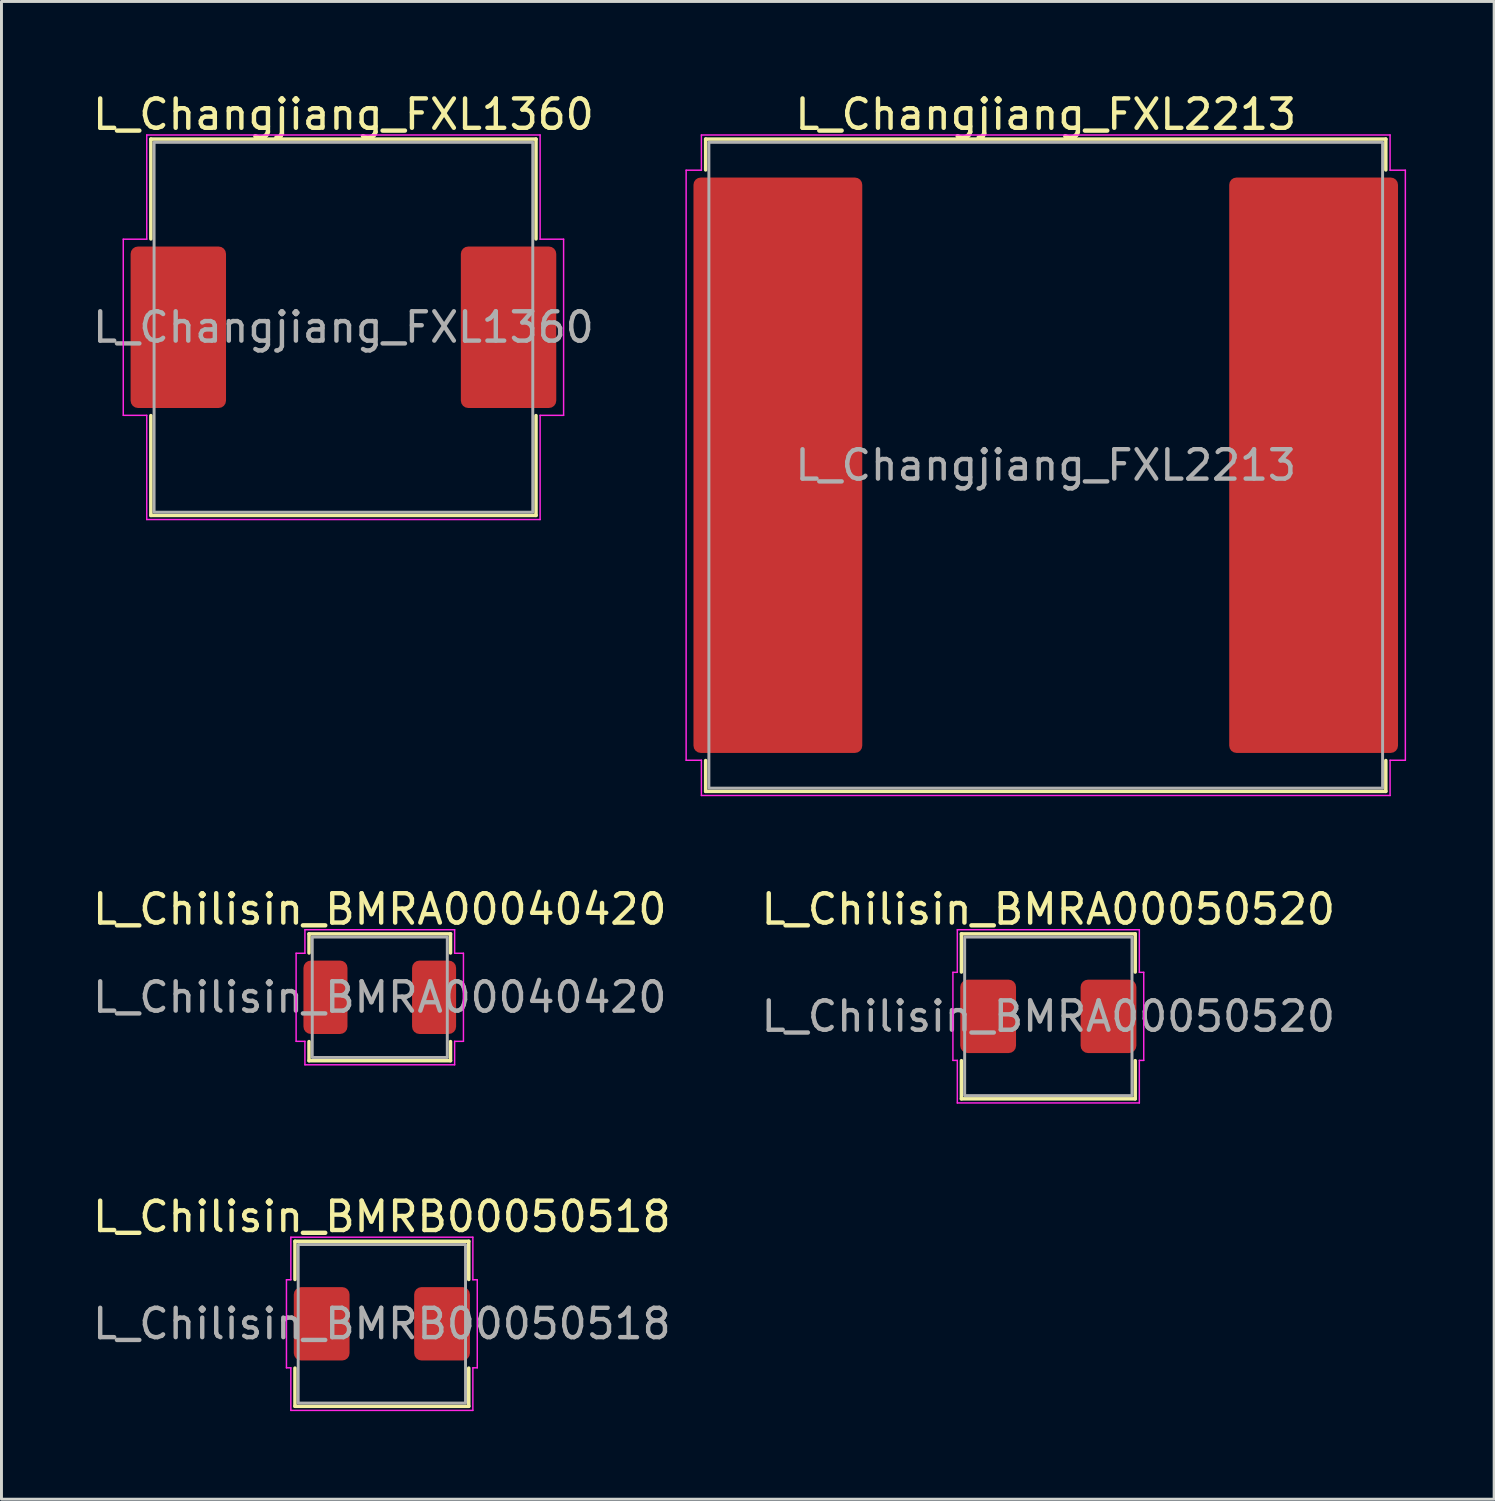
<source format=kicad_pcb>
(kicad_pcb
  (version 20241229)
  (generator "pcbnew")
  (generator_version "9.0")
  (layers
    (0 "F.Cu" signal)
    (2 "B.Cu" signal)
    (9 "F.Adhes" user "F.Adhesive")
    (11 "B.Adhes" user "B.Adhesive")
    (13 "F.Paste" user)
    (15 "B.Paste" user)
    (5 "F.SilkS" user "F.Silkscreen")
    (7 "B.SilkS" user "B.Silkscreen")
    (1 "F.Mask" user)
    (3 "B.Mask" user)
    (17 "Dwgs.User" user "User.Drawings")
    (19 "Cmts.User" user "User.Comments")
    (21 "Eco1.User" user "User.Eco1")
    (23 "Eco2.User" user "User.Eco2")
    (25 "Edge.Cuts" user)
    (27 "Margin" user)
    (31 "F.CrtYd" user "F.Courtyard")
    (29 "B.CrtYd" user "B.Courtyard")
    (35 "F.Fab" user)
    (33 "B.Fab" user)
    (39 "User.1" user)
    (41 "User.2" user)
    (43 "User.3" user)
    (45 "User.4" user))
  (footprint "L_Chilisin_BMRA00050520"
    (layer "F.Cu")
    (at 32.661 31.572)
    (property "Reference" "L_Chilisin_BMRA00050520" (at 0 -3.65 0) (layer "F.SilkS") (effects (font (size 1 1) (thickness 0.15))))
    (attr smd)
    (fp_line (start -2.96 -2.81) (end 2.96 -2.81) (stroke (width 0.12) (type solid)) (layer "F.SilkS"))
    (fp_line (start -2.96 -1.51) (end -2.96 -2.81) (stroke (width 0.12) (type solid)) (layer "F.SilkS"))
    (fp_line (start -2.96 2.81) (end -2.96 1.51) (stroke (width 0.12) (type solid)) (layer "F.SilkS"))
    (fp_line (start 2.96 -2.81) (end 2.96 -1.51) (stroke (width 0.12) (type solid)) (layer "F.SilkS"))
    (fp_line (start 2.96 1.51) (end 2.96 2.81) (stroke (width 0.12) (type solid)) (layer "F.SilkS"))
    (fp_line (start 2.96 2.81) (end -2.96 2.81) (stroke (width 0.12) (type solid)) (layer "F.SilkS"))
    (fp_line (start -3.25 -1.5) (end -3.1 -1.5) (stroke (width 0.05) (type solid)) (layer "F.CrtYd"))
    (fp_line (start -3.25 1.5) (end -3.25 -1.5) (stroke (width 0.05) (type solid)) (layer "F.CrtYd"))
    (fp_line (start -3.1 -2.95) (end 3.1 -2.95) (stroke (width 0.05) (type solid)) (layer "F.CrtYd"))
    (fp_line (start -3.1 -1.5) (end -3.1 -2.95) (stroke (width 0.05) (type solid)) (layer "F.CrtYd"))
    (fp_line (start -3.1 1.5) (end -3.25 1.5) (stroke (width 0.05) (type solid)) (layer "F.CrtYd"))
    (fp_line (start -3.1 2.95) (end -3.1 1.5) (stroke (width 0.05) (type solid)) (layer "F.CrtYd"))
    (fp_line (start 3.1 -2.95) (end 3.1 -1.5) (stroke (width 0.05) (type solid)) (layer "F.CrtYd"))
    (fp_line (start 3.1 -1.5) (end 3.25 -1.5) (stroke (width 0.05) (type solid)) (layer "F.CrtYd"))
    (fp_line (start 3.1 1.5) (end 3.1 2.95) (stroke (width 0.05) (type solid)) (layer "F.CrtYd"))
    (fp_line (start 3.1 2.95) (end -3.1 2.95) (stroke (width 0.05) (type solid)) (layer "F.CrtYd"))
    (fp_line (start 3.25 -1.5) (end 3.25 1.5) (stroke (width 0.05) (type solid)) (layer "F.CrtYd"))
    (fp_line (start 3.25 1.5) (end 3.1 1.5) (stroke (width 0.05) (type solid)) (layer "F.CrtYd"))
    (fp_rect (start -2.85 -2.7) (end 2.85 2.7) (stroke (width 0.1) (type solid)) (fill no) (layer "F.Fab"))
    (fp_text user "${REFERENCE}" (at 0 0 0) (layer "F.Fab") (effects (font (size 1 1) (thickness 0.15))))
    (pad "1" smd roundrect (at -2.05 0) (size 1.9 2.5) (layers "F.Cu" "F.Mask" "F.Paste") (roundrect_rratio 0.132))
    (pad "2" smd roundrect (at 2.05 0) (size 1.9 2.5) (layers "F.Cu" "F.Mask" "F.Paste") (roundrect_rratio 0.132)))
  (footprint "L_Chilisin_BMRA00040420"
    (layer "F.Cu")
    (at 9.887 30.922)
    (property "Reference" "L_Chilisin_BMRA00040420" (at 0 -3 0) (layer "F.SilkS") (effects (font (size 1 1) (thickness 0.15))))
    (attr smd)
    (fp_line (start -2.41 -2.16) (end 2.41 -2.16) (stroke (width 0.12) (type solid)) (layer "F.SilkS"))
    (fp_line (start -2.41 -1.51) (end -2.41 -2.16) (stroke (width 0.12) (type solid)) (layer "F.SilkS"))
    (fp_line (start -2.41 2.16) (end -2.41 1.51) (stroke (width 0.12) (type solid)) (layer "F.SilkS"))
    (fp_line (start 2.41 -2.16) (end 2.41 -1.51) (stroke (width 0.12) (type solid)) (layer "F.SilkS"))
    (fp_line (start 2.41 1.51) (end 2.41 2.16) (stroke (width 0.12) (type solid)) (layer "F.SilkS"))
    (fp_line (start 2.41 2.16) (end -2.41 2.16) (stroke (width 0.12) (type solid)) (layer "F.SilkS"))
    (fp_line (start -2.85 -1.5) (end -2.55 -1.5) (stroke (width 0.05) (type solid)) (layer "F.CrtYd"))
    (fp_line (start -2.85 1.5) (end -2.85 -1.5) (stroke (width 0.05) (type solid)) (layer "F.CrtYd"))
    (fp_line (start -2.55 -2.3) (end 2.55 -2.3) (stroke (width 0.05) (type solid)) (layer "F.CrtYd"))
    (fp_line (start -2.55 -1.5) (end -2.55 -2.3) (stroke (width 0.05) (type solid)) (layer "F.CrtYd"))
    (fp_line (start -2.55 1.5) (end -2.85 1.5) (stroke (width 0.05) (type solid)) (layer "F.CrtYd"))
    (fp_line (start -2.55 2.3) (end -2.55 1.5) (stroke (width 0.05) (type solid)) (layer "F.CrtYd"))
    (fp_line (start 2.55 -2.3) (end 2.55 -1.5) (stroke (width 0.05) (type solid)) (layer "F.CrtYd"))
    (fp_line (start 2.55 -1.5) (end 2.85 -1.5) (stroke (width 0.05) (type solid)) (layer "F.CrtYd"))
    (fp_line (start 2.55 1.5) (end 2.55 2.3) (stroke (width 0.05) (type solid)) (layer "F.CrtYd"))
    (fp_line (start 2.55 2.3) (end -2.55 2.3) (stroke (width 0.05) (type solid)) (layer "F.CrtYd"))
    (fp_line (start 2.85 -1.5) (end 2.85 1.5) (stroke (width 0.05) (type solid)) (layer "F.CrtYd"))
    (fp_line (start 2.85 1.5) (end 2.55 1.5) (stroke (width 0.05) (type solid)) (layer "F.CrtYd"))
    (fp_rect (start -2.3 -2.05) (end 2.3 2.05) (stroke (width 0.1) (type solid)) (fill no) (layer "F.Fab"))
    (fp_text user "${REFERENCE}" (at 0 0 0) (layer "F.Fab") (effects (font (size 1 1) (thickness 0.15))))
    (pad "1" smd roundrect (at -1.85 0) (size 1.5 2.5) (layers "F.Cu" "F.Mask" "F.Paste") (roundrect_rratio 0.167))
    (pad "2" smd roundrect (at 1.85 0) (size 1.5 2.5) (layers "F.Cu" "F.Mask" "F.Paste") (roundrect_rratio 0.167)))
  (footprint "L_Chilisin_BMRB00050518"
    (layer "F.Cu")
    (at 9.958 42.045)
    (property "Reference" "L_Chilisin_BMRB00050518" (at 0 -3.65 0) (layer "F.SilkS") (effects (font (size 1 1) (thickness 0.15))))
    (attr smd)
    (fp_line (start -2.96 -2.81) (end 2.96 -2.81) (stroke (width 0.12) (type solid)) (layer "F.SilkS"))
    (fp_line (start -2.96 -1.51) (end -2.96 -2.81) (stroke (width 0.12) (type solid)) (layer "F.SilkS"))
    (fp_line (start -2.96 2.81) (end -2.96 1.51) (stroke (width 0.12) (type solid)) (layer "F.SilkS"))
    (fp_line (start 2.96 -2.81) (end 2.96 -1.51) (stroke (width 0.12) (type solid)) (layer "F.SilkS"))
    (fp_line (start 2.96 1.51) (end 2.96 2.81) (stroke (width 0.12) (type solid)) (layer "F.SilkS"))
    (fp_line (start 2.96 2.81) (end -2.96 2.81) (stroke (width 0.12) (type solid)) (layer "F.SilkS"))
    (fp_line (start -3.25 -1.5) (end -3.1 -1.5) (stroke (width 0.05) (type solid)) (layer "F.CrtYd"))
    (fp_line (start -3.25 1.5) (end -3.25 -1.5) (stroke (width 0.05) (type solid)) (layer "F.CrtYd"))
    (fp_line (start -3.1 -2.95) (end 3.1 -2.95) (stroke (width 0.05) (type solid)) (layer "F.CrtYd"))
    (fp_line (start -3.1 -1.5) (end -3.1 -2.95) (stroke (width 0.05) (type solid)) (layer "F.CrtYd"))
    (fp_line (start -3.1 1.5) (end -3.25 1.5) (stroke (width 0.05) (type solid)) (layer "F.CrtYd"))
    (fp_line (start -3.1 2.95) (end -3.1 1.5) (stroke (width 0.05) (type solid)) (layer "F.CrtYd"))
    (fp_line (start 3.1 -2.95) (end 3.1 -1.5) (stroke (width 0.05) (type solid)) (layer "F.CrtYd"))
    (fp_line (start 3.1 -1.5) (end 3.25 -1.5) (stroke (width 0.05) (type solid)) (layer "F.CrtYd"))
    (fp_line (start 3.1 1.5) (end 3.1 2.95) (stroke (width 0.05) (type solid)) (layer "F.CrtYd"))
    (fp_line (start 3.1 2.95) (end -3.1 2.95) (stroke (width 0.05) (type solid)) (layer "F.CrtYd"))
    (fp_line (start 3.25 -1.5) (end 3.25 1.5) (stroke (width 0.05) (type solid)) (layer "F.CrtYd"))
    (fp_line (start 3.25 1.5) (end 3.1 1.5) (stroke (width 0.05) (type solid)) (layer "F.CrtYd"))
    (fp_rect (start -2.85 -2.7) (end 2.85 2.7) (stroke (width 0.1) (type solid)) (fill no) (layer "F.Fab"))
    (fp_text user "${REFERENCE}" (at 0 0 0) (layer "F.Fab") (effects (font (size 1 1) (thickness 0.15))))
    (pad "1" smd roundrect (at -2.05 0) (size 1.9 2.5) (layers "F.Cu" "F.Mask" "F.Paste") (roundrect_rratio 0.132))
    (pad "2" smd roundrect (at 2.05 0) (size 1.9 2.5) (layers "F.Cu" "F.Mask" "F.Paste") (roundrect_rratio 0.132)))
  (footprint "L_Changjiang_FXL1360"
    (layer "F.Cu")
    (at 8.649 8.098)
    (property "Reference" "L_Changjiang_FXL1360" (at 0 -7.25 0) (layer "F.SilkS") (effects (font (size 1 1) (thickness 0.15))))
    (attr smd)
    (fp_line (start -6.56 -6.41) (end 6.56 -6.41) (stroke (width 0.12) (type solid)) (layer "F.SilkS"))
    (fp_line (start -6.56 -3.01) (end -6.56 -6.41) (stroke (width 0.12) (type solid)) (layer "F.SilkS"))
    (fp_line (start -6.56 6.41) (end -6.56 3.01) (stroke (width 0.12) (type solid)) (layer "F.SilkS"))
    (fp_line (start 6.56 -6.41) (end 6.56 -3.01) (stroke (width 0.12) (type solid)) (layer "F.SilkS"))
    (fp_line (start 6.56 3.01) (end 6.56 6.41) (stroke (width 0.12) (type solid)) (layer "F.SilkS"))
    (fp_line (start 6.56 6.41) (end -6.56 6.41) (stroke (width 0.12) (type solid)) (layer "F.SilkS"))
    (fp_line (start -7.5 -3) (end -6.7 -3) (stroke (width 0.05) (type solid)) (layer "F.CrtYd"))
    (fp_line (start -7.5 3) (end -7.5 -3) (stroke (width 0.05) (type solid)) (layer "F.CrtYd"))
    (fp_line (start -6.7 -6.55) (end 6.7 -6.55) (stroke (width 0.05) (type solid)) (layer "F.CrtYd"))
    (fp_line (start -6.7 -3) (end -6.7 -6.55) (stroke (width 0.05) (type solid)) (layer "F.CrtYd"))
    (fp_line (start -6.7 3) (end -7.5 3) (stroke (width 0.05) (type solid)) (layer "F.CrtYd"))
    (fp_line (start -6.7 6.55) (end -6.7 3) (stroke (width 0.05) (type solid)) (layer "F.CrtYd"))
    (fp_line (start 6.7 -6.55) (end 6.7 -3) (stroke (width 0.05) (type solid)) (layer "F.CrtYd"))
    (fp_line (start 6.7 -3) (end 7.5 -3) (stroke (width 0.05) (type solid)) (layer "F.CrtYd"))
    (fp_line (start 6.7 3) (end 6.7 6.55) (stroke (width 0.05) (type solid)) (layer "F.CrtYd"))
    (fp_line (start 6.7 6.55) (end -6.7 6.55) (stroke (width 0.05) (type solid)) (layer "F.CrtYd"))
    (fp_line (start 7.5 -3) (end 7.5 3) (stroke (width 0.05) (type solid)) (layer "F.CrtYd"))
    (fp_line (start 7.5 3) (end 6.7 3) (stroke (width 0.05) (type solid)) (layer "F.CrtYd"))
    (fp_rect (start -6.45 -6.3) (end 6.45 6.3) (stroke (width 0.1) (type solid)) (fill no) (layer "F.Fab"))
    (fp_text user "${REFERENCE}" (at 0 0 0) (layer "F.Fab") (effects (font (size 1 1) (thickness 0.15))))
    (pad "1" smd roundrect (at -5.625 0) (size 3.25 5.5) (layers "F.Cu" "F.Mask" "F.Paste") (roundrect_rratio 0.077))
    (pad "2" smd roundrect (at 5.625 0) (size 3.25 5.5) (layers "F.Cu" "F.Mask" "F.Paste") (roundrect_rratio 0.077)))
  (footprint "L_Changjiang_FXL2213"
    (layer "F.Cu")
    (at 32.573 12.798)
    (property "Reference" "L_Changjiang_FXL2213" (at 0 -11.95 0) (layer "F.SilkS") (effects (font (size 1 1) (thickness 0.15))))
    (attr smd)
    (fp_line (start -11.585 -11.11) (end 11.585 -11.11) (stroke (width 0.12) (type solid)) (layer "F.SilkS"))
    (fp_line (start -11.585 -10.06) (end -11.585 -11.11) (stroke (width 0.12) (type solid)) (layer "F.SilkS"))
    (fp_line (start -11.585 11.11) (end -11.585 10.06) (stroke (width 0.12) (type solid)) (layer "F.SilkS"))
    (fp_line (start 11.585 -11.11) (end 11.585 -10.06) (stroke (width 0.12) (type solid)) (layer "F.SilkS"))
    (fp_line (start 11.585 10.06) (end 11.585 11.11) (stroke (width 0.12) (type solid)) (layer "F.SilkS"))
    (fp_line (start 11.585 11.11) (end -11.585 11.11) (stroke (width 0.12) (type solid)) (layer "F.SilkS"))
    (fp_line (start -12.25 -10.05) (end -11.73 -10.05) (stroke (width 0.05) (type solid)) (layer "F.CrtYd"))
    (fp_line (start -12.25 10.05) (end -12.25 -10.05) (stroke (width 0.05) (type solid)) (layer "F.CrtYd"))
    (fp_line (start -11.73 -11.25) (end 11.73 -11.25) (stroke (width 0.05) (type solid)) (layer "F.CrtYd"))
    (fp_line (start -11.73 -10.05) (end -11.73 -11.25) (stroke (width 0.05) (type solid)) (layer "F.CrtYd"))
    (fp_line (start -11.73 10.05) (end -12.25 10.05) (stroke (width 0.05) (type solid)) (layer "F.CrtYd"))
    (fp_line (start -11.73 11.25) (end -11.73 10.05) (stroke (width 0.05) (type solid)) (layer "F.CrtYd"))
    (fp_line (start 11.73 -11.25) (end 11.73 -10.05) (stroke (width 0.05) (type solid)) (layer "F.CrtYd"))
    (fp_line (start 11.73 -10.05) (end 12.25 -10.05) (stroke (width 0.05) (type solid)) (layer "F.CrtYd"))
    (fp_line (start 11.73 10.05) (end 11.73 11.25) (stroke (width 0.05) (type solid)) (layer "F.CrtYd"))
    (fp_line (start 11.73 11.25) (end -11.73 11.25) (stroke (width 0.05) (type solid)) (layer "F.CrtYd"))
    (fp_line (start 12.25 -10.05) (end 12.25 10.05) (stroke (width 0.05) (type solid)) (layer "F.CrtYd"))
    (fp_line (start 12.25 10.05) (end 11.73 10.05) (stroke (width 0.05) (type solid)) (layer "F.CrtYd"))
    (fp_rect (start -11.475 -11) (end 11.475 11) (stroke (width 0.1) (type solid)) (fill no) (layer "F.Fab"))
    (fp_text user "${REFERENCE}" (at 0 0 0) (layer "F.Fab") (effects (font (size 1 1) (thickness 0.15))))
    (pad "1" smd roundrect (at -9.125 0) (size 5.75 19.6) (layers "F.Cu" "F.Mask" "F.Paste") (roundrect_rratio 0.043))
    (pad "2" smd roundrect (at 9.125 0) (size 5.75 19.6) (layers "F.Cu" "F.Mask" "F.Paste") (roundrect_rratio 0.043)))
  (gr_rect
    (start -3 -3)
    (end 47.848 48.02)
    (stroke (width 0.1) (type default))
    (fill no)
    (layer "Edge.Cuts")))
</source>
